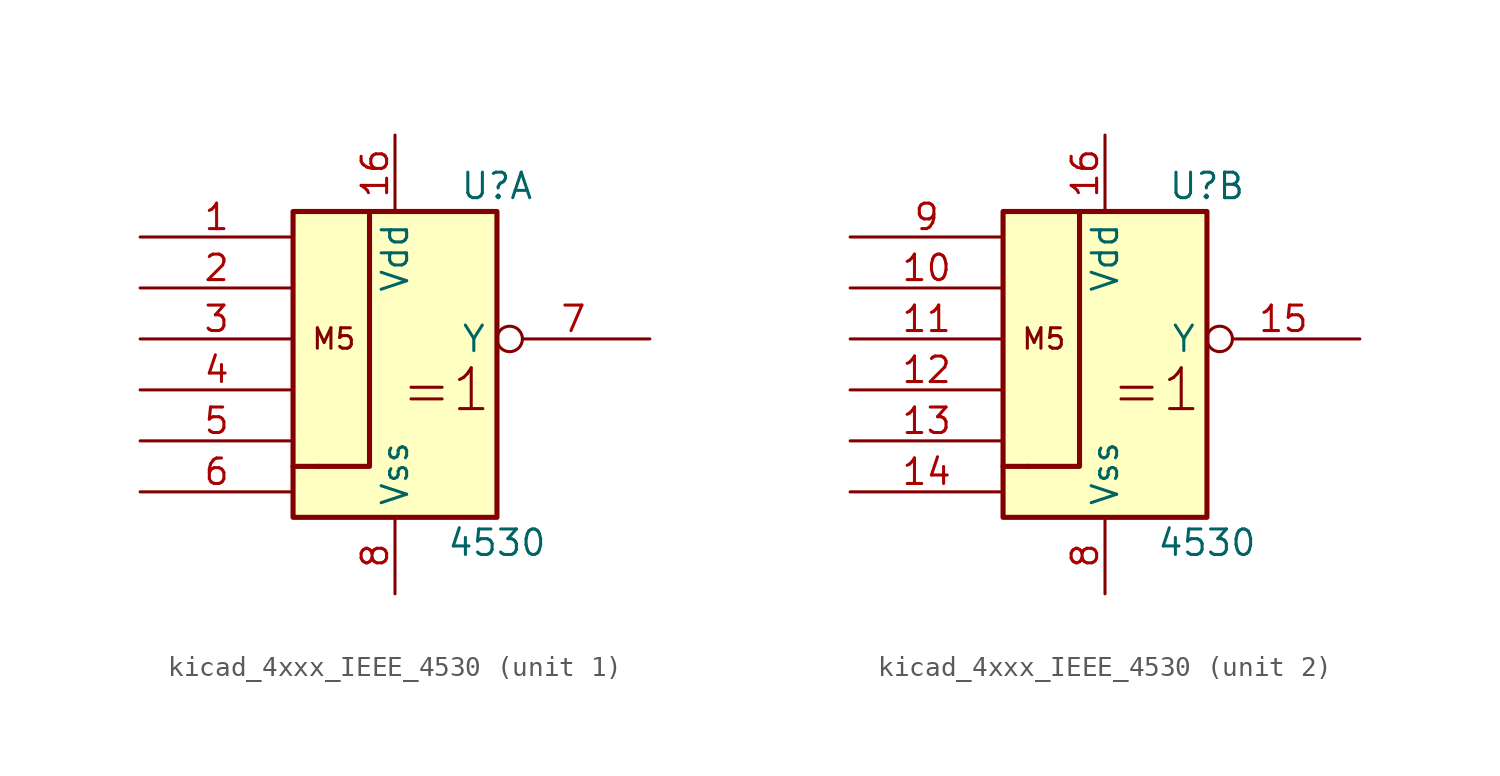
<source format=kicad_sym>
(kicad_symbol_lib
  (version 20220914)
  (generator kicad_symbol_editor)
  (symbol "kicad_4xxx_IEEE_4530"
    (property "Reference" "U"
      (at 5.08 7.62 0)
      (effects (font (size 1.27 1.27))))
    (property "Value" "4530"
      (at 5.08 -10.16 0)
      (effects (font (size 1.27 1.27))))
    (symbol "kicad_4xxx_IEEE_4530_0_0"
      (polyline (pts (xy -3.81 -6.35) (xy -5.08 -6.35) (xy -5.08 -6.35)) (stroke (width 0.254) (type default)) (fill (type background)))
      (text "=1" (at 2.54 -2.54 0) (effects (font (size 2.032 2.032))))
      (text "M5" (at -3.048 0 0) (effects (font (size 1.016 1.016))))
      (pin power_in line (at 0 10.16 270) (length 3.81) (name "Vdd" (effects (font (size 1.27 1.27)))) (number "16" (effects (font (size 1.27 1.27)))))
      (pin power_in line (at 0 -12.7 90) (length 3.81) (name "Vss" (effects (font (size 1.27 1.27)))) (number "8" (effects (font (size 1.27 1.27))))))
    (symbol "kicad_4xxx_IEEE_4530_0_1"
      (rectangle (start -5.08 6.35) (end 5.08 -8.89) (stroke (width 0.254) (type default)) (fill (type background)))
      (polyline (pts (xy -1.27 6.35) (xy -1.27 -6.35) (xy -3.81 -6.35) (xy -3.81 -6.35)) (stroke (width 0.254) (type default)) (fill (type background))))
    (symbol "kicad_4xxx_IEEE_4530_1_1"
      (pin input line (at -12.7 5.08 0) (length 7.62) (name "~" (effects (font (size 1.27 1.27)))) (number "1" (effects (font (size 1.27 1.27)))))
      (pin input line (at -12.7 2.54 0) (length 7.62) (name "~" (effects (font (size 1.27 1.27)))) (number "2" (effects (font (size 1.27 1.27)))))
      (pin input line (at -12.7 0 0) (length 7.62) (name "~" (effects (font (size 1.27 1.27)))) (number "3" (effects (font (size 1.27 1.27)))))
      (pin input line (at -12.7 -2.54 0) (length 7.62) (name "~" (effects (font (size 1.27 1.27)))) (number "4" (effects (font (size 1.27 1.27)))))
      (pin input line (at -12.7 -5.08 0) (length 7.62) (name "~" (effects (font (size 1.27 1.27)))) (number "5" (effects (font (size 1.27 1.27)))))
      (pin input line (at -12.7 -7.62 0) (length 7.62) (name "~" (effects (font (size 1.27 1.27)))) (number "6" (effects (font (size 1.27 1.27)))))
      (pin output inverted (at 12.7 0 180) (length 7.62) (name "Y" (effects (font (size 1.27 1.27)))) (number "7" (effects (font (size 1.27 1.27))))))
    (symbol "kicad_4xxx_IEEE_4530_2_1"
      (pin input line (at -12.7 2.54 0) (length 7.62) (name "~" (effects (font (size 1.27 1.27)))) (number "10" (effects (font (size 1.27 1.27)))))
      (pin input line (at -12.7 0 0) (length 7.62) (name "~" (effects (font (size 1.27 1.27)))) (number "11" (effects (font (size 1.27 1.27)))))
      (pin input line (at -12.7 -2.54 0) (length 7.62) (name "~" (effects (font (size 1.27 1.27)))) (number "12" (effects (font (size 1.27 1.27)))))
      (pin input line (at -12.7 -5.08 0) (length 7.62) (name "~" (effects (font (size 1.27 1.27)))) (number "13" (effects (font (size 1.27 1.27)))))
      (pin input line (at -12.7 -7.62 0) (length 7.62) (name "~" (effects (font (size 1.27 1.27)))) (number "14" (effects (font (size 1.27 1.27)))))
      (pin output inverted (at 12.7 0 180) (length 7.62) (name "Y" (effects (font (size 1.27 1.27)))) (number "15" (effects (font (size 1.27 1.27)))))
      (pin input line (at -12.7 5.08 0) (length 7.62) (name "~" (effects (font (size 1.27 1.27)))) (number "9" (effects (font (size 1.27 1.27))))))))
</source>
